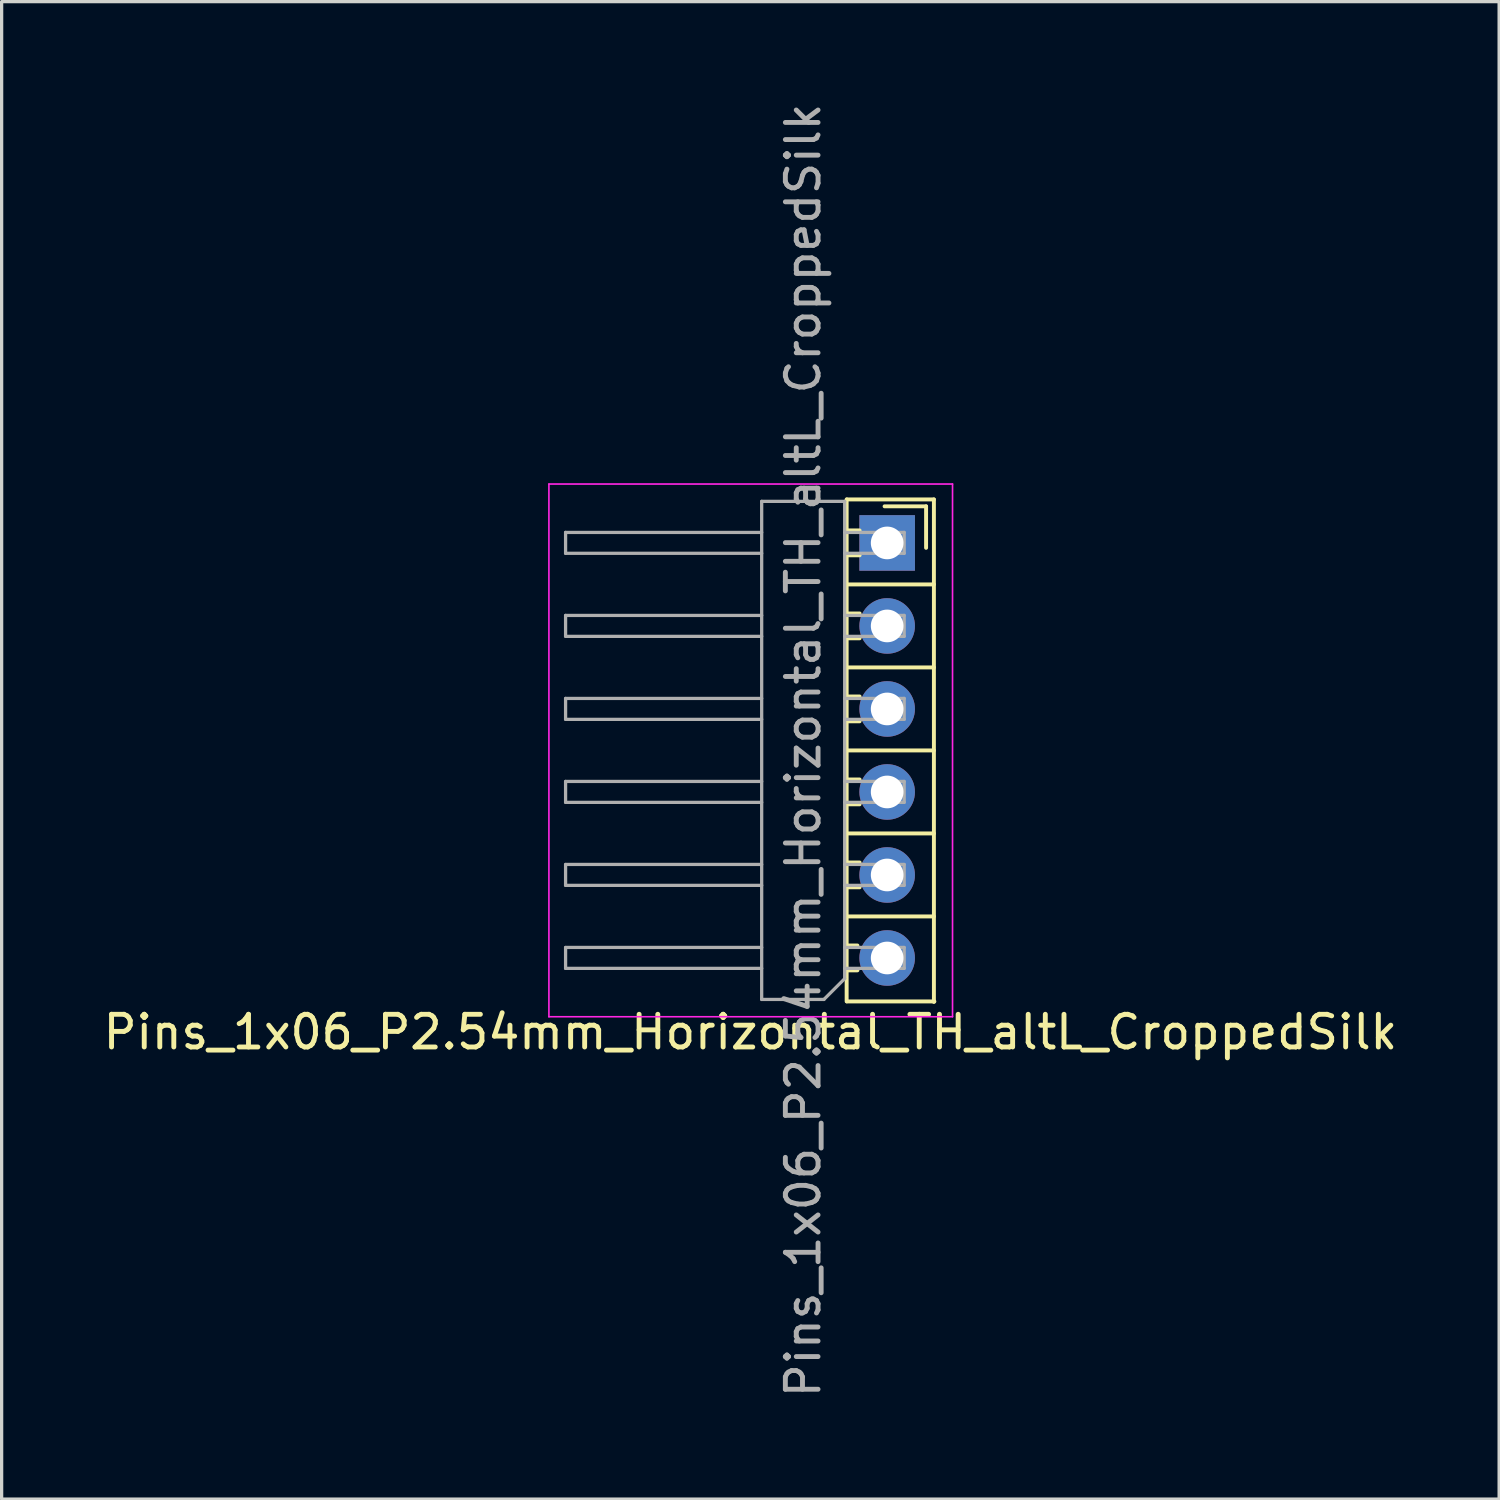
<source format=kicad_pcb>
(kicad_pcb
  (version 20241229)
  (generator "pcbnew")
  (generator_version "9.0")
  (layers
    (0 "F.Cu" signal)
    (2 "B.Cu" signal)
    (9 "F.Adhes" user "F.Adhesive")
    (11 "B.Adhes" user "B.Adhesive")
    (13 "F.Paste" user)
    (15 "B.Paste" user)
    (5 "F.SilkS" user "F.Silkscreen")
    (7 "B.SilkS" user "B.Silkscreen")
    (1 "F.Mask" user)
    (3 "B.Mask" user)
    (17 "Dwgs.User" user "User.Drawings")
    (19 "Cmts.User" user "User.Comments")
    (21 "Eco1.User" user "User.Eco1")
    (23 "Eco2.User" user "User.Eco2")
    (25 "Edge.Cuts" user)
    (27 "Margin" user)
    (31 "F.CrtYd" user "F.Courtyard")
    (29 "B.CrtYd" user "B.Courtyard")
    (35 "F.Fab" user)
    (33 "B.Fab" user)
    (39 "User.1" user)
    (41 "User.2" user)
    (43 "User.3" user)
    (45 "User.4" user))
  (footprint "Pins_1x06_P2.54mm_Horizontal_TH_altL_CroppedSilk"
    (layer "F.Cu")
    (at 24.296 19.911)
    (property "Reference" "Pins_1x06_P2.54mm_Horizontal_TH_altL_CroppedSilk" (at -4.385 8.62 180) (layer "F.SilkS") (effects (font (size 1 1) (thickness 0.15))))
    (attr through_hole)
    (fp_line (start -1.44 7.68) (end -1.44 -7.68) (stroke (width 0.12) (type solid)) (layer "F.SilkS"))
    (fp_line (start -1.43 -5.079) (end 1.23 -5.079) (stroke (width 0.12) (type solid)) (layer "F.SilkS"))
    (fp_line (start -1.43 -2.539) (end 1.23 -2.539) (stroke (width 0.12) (type solid)) (layer "F.SilkS"))
    (fp_line (start -1.43 0.001) (end 1.23 0.001) (stroke (width 0.12) (type solid)) (layer "F.SilkS"))
    (fp_line (start -1.43 2.541) (end 1.23 2.541) (stroke (width 0.12) (type solid)) (layer "F.SilkS"))
    (fp_line (start -1.43 5.081) (end 1.23 5.081) (stroke (width 0.12) (type solid)) (layer "F.SilkS"))
    (fp_line (start -1.43 7.681) (end 1.245 7.681) (stroke (width 0.12) (type solid)) (layer "F.SilkS"))
    (fp_line (start -1.11 5.97) (end -1.44 5.97) (stroke (width 0.12) (type solid)) (layer "F.SilkS"))
    (fp_line (start -1.11 6.73) (end -1.44 6.73) (stroke (width 0.12) (type solid)) (layer "F.SilkS"))
    (fp_line (start -1.043 -6.73) (end -1.44 -6.73) (stroke (width 0.12) (type solid)) (layer "F.SilkS"))
    (fp_line (start -1.043 -5.97) (end -1.44 -5.97) (stroke (width 0.12) (type solid)) (layer "F.SilkS"))
    (fp_line (start -1.043 -4.19) (end -1.44 -4.19) (stroke (width 0.12) (type solid)) (layer "F.SilkS"))
    (fp_line (start -1.043 -3.43) (end -1.44 -3.43) (stroke (width 0.12) (type solid)) (layer "F.SilkS"))
    (fp_line (start -1.043 -1.65) (end -1.44 -1.65) (stroke (width 0.12) (type solid)) (layer "F.SilkS"))
    (fp_line (start -1.043 -0.89) (end -1.44 -0.89) (stroke (width 0.12) (type solid)) (layer "F.SilkS"))
    (fp_line (start -1.043 0.89) (end -1.44 0.89) (stroke (width 0.12) (type solid)) (layer "F.SilkS"))
    (fp_line (start -1.043 1.65) (end -1.44 1.65) (stroke (width 0.12) (type solid)) (layer "F.SilkS"))
    (fp_line (start -1.043 3.43) (end -1.44 3.43) (stroke (width 0.12) (type solid)) (layer "F.SilkS"))
    (fp_line (start -1.043 4.19) (end -1.44 4.19) (stroke (width 0.12) (type solid)) (layer "F.SilkS"))
    (fp_line (start -0.279 -7.468) (end 0.991 -7.468) (stroke (width 0.12) (type solid)) (layer "F.SilkS"))
    (fp_line (start 0.991 -7.468) (end 0.991 -6.198) (stroke (width 0.12) (type solid)) (layer "F.SilkS"))
    (fp_line (start 1.23 -7.679) (end -1.43 -7.679) (stroke (width 0.12) (type solid)) (layer "F.SilkS"))
    (fp_line (start 1.23 7.696) (end 1.23 -7.679) (stroke (width 0.12) (type solid)) (layer "F.SilkS"))
    (fp_line (start -10.55 -8.15) (end -10.55 8.15) (stroke (width 0.05) (type solid)) (layer "F.CrtYd"))
    (fp_line (start -10.55 8.15) (end 1.8 8.15) (stroke (width 0.05) (type solid)) (layer "F.CrtYd"))
    (fp_line (start 1.8 -8.15) (end -10.55 -8.15) (stroke (width 0.05) (type solid)) (layer "F.CrtYd"))
    (fp_line (start 1.8 8.15) (end 1.8 -8.15) (stroke (width 0.05) (type solid)) (layer "F.CrtYd"))
    (fp_line (start -10.04 -6.03) (end -10.04 -6.67) (stroke (width 0.1) (type solid)) (layer "F.Fab"))
    (fp_line (start -10.04 -3.49) (end -10.04 -4.13) (stroke (width 0.1) (type solid)) (layer "F.Fab"))
    (fp_line (start -10.04 -0.95) (end -10.04 -1.59) (stroke (width 0.1) (type solid)) (layer "F.Fab"))
    (fp_line (start -10.04 1.59) (end -10.04 0.95) (stroke (width 0.1) (type solid)) (layer "F.Fab"))
    (fp_line (start -10.04 4.13) (end -10.04 3.49) (stroke (width 0.1) (type solid)) (layer "F.Fab"))
    (fp_line (start -10.04 6.67) (end -10.04 6.03) (stroke (width 0.1) (type solid)) (layer "F.Fab"))
    (fp_line (start -4.04 -7.62) (end -1.5 -7.62) (stroke (width 0.1) (type solid)) (layer "F.Fab"))
    (fp_line (start -4.04 -6.67) (end -10.04 -6.67) (stroke (width 0.1) (type solid)) (layer "F.Fab"))
    (fp_line (start -4.04 -6.03) (end -10.04 -6.03) (stroke (width 0.1) (type solid)) (layer "F.Fab"))
    (fp_line (start -4.04 -4.13) (end -10.04 -4.13) (stroke (width 0.1) (type solid)) (layer "F.Fab"))
    (fp_line (start -4.04 -3.49) (end -10.04 -3.49) (stroke (width 0.1) (type solid)) (layer "F.Fab"))
    (fp_line (start -4.04 -1.59) (end -10.04 -1.59) (stroke (width 0.1) (type solid)) (layer "F.Fab"))
    (fp_line (start -4.04 -0.95) (end -10.04 -0.95) (stroke (width 0.1) (type solid)) (layer "F.Fab"))
    (fp_line (start -4.04 0.95) (end -10.04 0.95) (stroke (width 0.1) (type solid)) (layer "F.Fab"))
    (fp_line (start -4.04 1.59) (end -10.04 1.59) (stroke (width 0.1) (type solid)) (layer "F.Fab"))
    (fp_line (start -4.04 3.49) (end -10.04 3.49) (stroke (width 0.1) (type solid)) (layer "F.Fab"))
    (fp_line (start -4.04 4.13) (end -10.04 4.13) (stroke (width 0.1) (type solid)) (layer "F.Fab"))
    (fp_line (start -4.04 6.03) (end -10.04 6.03) (stroke (width 0.1) (type solid)) (layer "F.Fab"))
    (fp_line (start -4.04 6.67) (end -10.04 6.67) (stroke (width 0.1) (type solid)) (layer "F.Fab"))
    (fp_line (start -4.04 7.62) (end -4.04 -7.62) (stroke (width 0.1) (type solid)) (layer "F.Fab"))
    (fp_line (start -2.135 7.62) (end -4.04 7.62) (stroke (width 0.1) (type solid)) (layer "F.Fab"))
    (fp_line (start -1.5 -7.62) (end -1.5 6.985) (stroke (width 0.1) (type solid)) (layer "F.Fab"))
    (fp_line (start -1.5 6.985) (end -2.135 7.62) (stroke (width 0.1) (type solid)) (layer "F.Fab"))
    (fp_line (start 0.32 -6.67) (end -1.5 -6.67) (stroke (width 0.1) (type solid)) (layer "F.Fab"))
    (fp_line (start 0.32 -6.03) (end -1.5 -6.03) (stroke (width 0.1) (type solid)) (layer "F.Fab"))
    (fp_line (start 0.32 -6.03) (end 0.32 -6.67) (stroke (width 0.1) (type solid)) (layer "F.Fab"))
    (fp_line (start 0.32 -4.13) (end -1.5 -4.13) (stroke (width 0.1) (type solid)) (layer "F.Fab"))
    (fp_line (start 0.32 -3.49) (end -1.5 -3.49) (stroke (width 0.1) (type solid)) (layer "F.Fab"))
    (fp_line (start 0.32 -3.49) (end 0.32 -4.13) (stroke (width 0.1) (type solid)) (layer "F.Fab"))
    (fp_line (start 0.32 -1.59) (end -1.5 -1.59) (stroke (width 0.1) (type solid)) (layer "F.Fab"))
    (fp_line (start 0.32 -0.95) (end -1.5 -0.95) (stroke (width 0.1) (type solid)) (layer "F.Fab"))
    (fp_line (start 0.32 -0.95) (end 0.32 -1.59) (stroke (width 0.1) (type solid)) (layer "F.Fab"))
    (fp_line (start 0.32 0.95) (end -1.5 0.95) (stroke (width 0.1) (type solid)) (layer "F.Fab"))
    (fp_line (start 0.32 1.59) (end -1.5 1.59) (stroke (width 0.1) (type solid)) (layer "F.Fab"))
    (fp_line (start 0.32 1.59) (end 0.32 0.95) (stroke (width 0.1) (type solid)) (layer "F.Fab"))
    (fp_line (start 0.32 3.49) (end -1.5 3.49) (stroke (width 0.1) (type solid)) (layer "F.Fab"))
    (fp_line (start 0.32 4.13) (end -1.5 4.13) (stroke (width 0.1) (type solid)) (layer "F.Fab"))
    (fp_line (start 0.32 4.13) (end 0.32 3.49) (stroke (width 0.1) (type solid)) (layer "F.Fab"))
    (fp_line (start 0.32 6.03) (end -1.5 6.03) (stroke (width 0.1) (type solid)) (layer "F.Fab"))
    (fp_line (start 0.32 6.67) (end -1.5 6.67) (stroke (width 0.1) (type solid)) (layer "F.Fab"))
    (fp_line (start 0.32 6.67) (end 0.32 6.03) (stroke (width 0.1) (type solid)) (layer "F.Fab"))
    (fp_text user "${REFERENCE}" (at -2.77 0 270) (layer "F.Fab") (effects (font (size 1 1) (thickness 0.15))))
    (pad "1" thru_hole rect (at -0.2 -6.348) (size 1.7 1.7) (drill 1) (layers "*.Cu" "*.Mask"))
    (pad "2" thru_hole oval (at -0.2 -3.808) (size 1.7 1.7) (drill 1) (layers "*.Cu" "*.Mask"))
    (pad "3" thru_hole oval (at -0.2 -1.268) (size 1.7 1.7) (drill 1) (layers "*.Cu" "*.Mask"))
    (pad "4" thru_hole oval (at -0.2 1.272) (size 1.7 1.7) (drill 1) (layers "*.Cu" "*.Mask"))
    (pad "5" thru_hole oval (at -0.2 3.812) (size 1.7 1.7) (drill 1) (layers "*.Cu" "*.Mask"))
    (pad "6" thru_hole oval (at -0.2 6.352) (size 1.7 1.7) (drill 1) (layers "*.Cu" "*.Mask")))
  (gr_rect
    (start -3 -3)
    (end 42.821 42.821)
    (stroke (width 0.1) (type default))
    (fill no)
    (layer "Edge.Cuts")))
</source>
